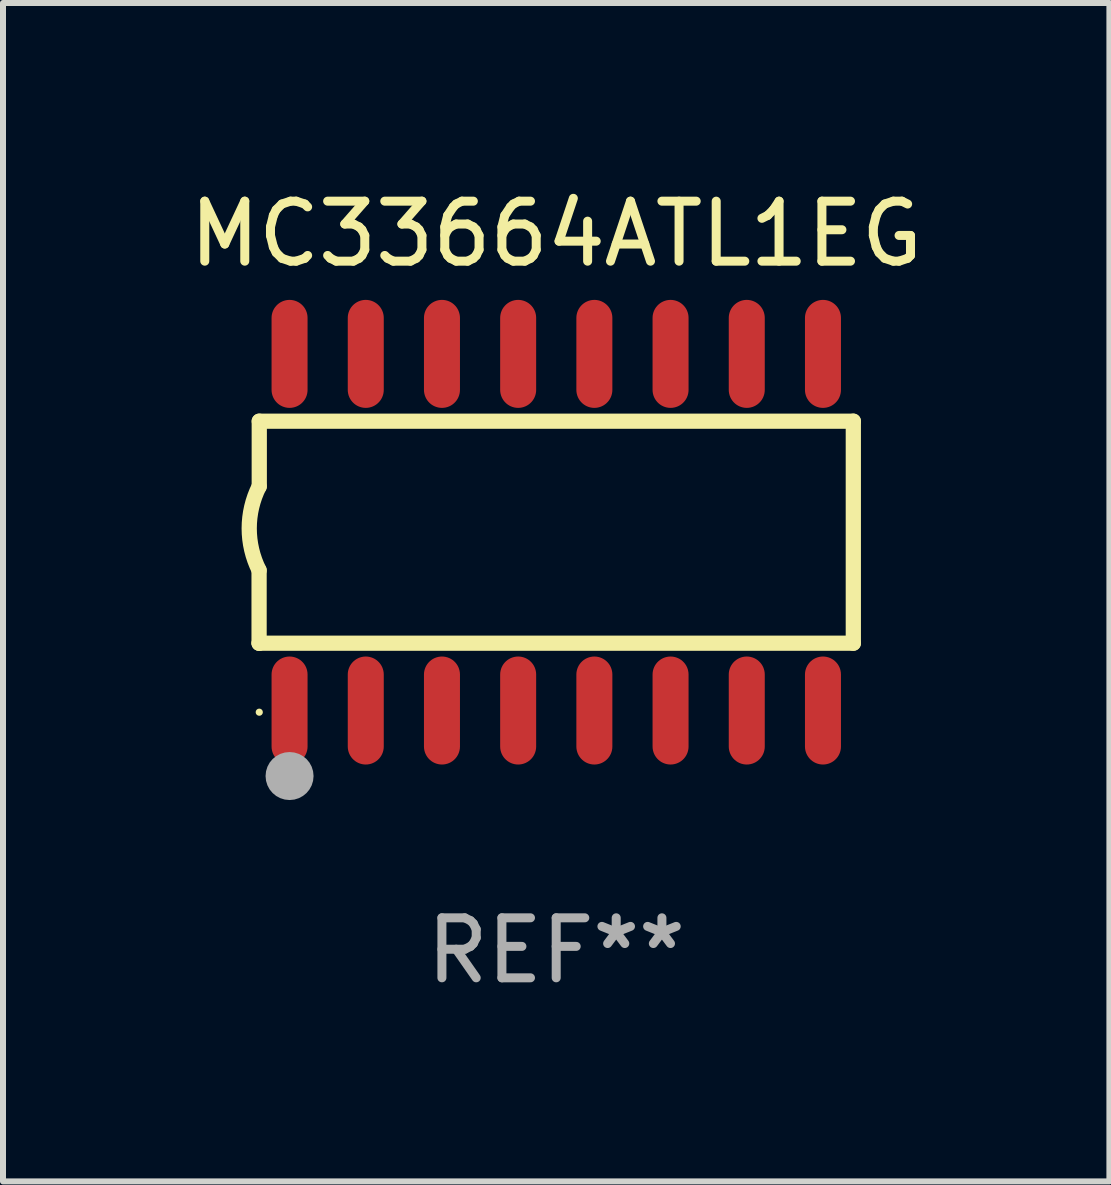
<source format=kicad_pcb>
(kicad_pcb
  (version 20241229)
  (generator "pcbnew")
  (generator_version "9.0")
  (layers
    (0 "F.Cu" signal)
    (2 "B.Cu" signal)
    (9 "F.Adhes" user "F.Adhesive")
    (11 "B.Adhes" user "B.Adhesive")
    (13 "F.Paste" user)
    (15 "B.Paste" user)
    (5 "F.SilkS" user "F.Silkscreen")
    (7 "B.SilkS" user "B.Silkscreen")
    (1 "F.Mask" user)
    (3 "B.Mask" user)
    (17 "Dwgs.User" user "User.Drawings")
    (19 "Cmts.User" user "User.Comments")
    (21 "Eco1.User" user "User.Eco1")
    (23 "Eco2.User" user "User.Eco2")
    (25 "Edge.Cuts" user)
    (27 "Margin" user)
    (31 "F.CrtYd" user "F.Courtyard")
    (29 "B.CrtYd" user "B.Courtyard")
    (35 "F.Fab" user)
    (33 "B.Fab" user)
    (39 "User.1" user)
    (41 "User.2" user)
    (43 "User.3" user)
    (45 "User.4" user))
  (footprint "MC33664ATL1EG"
    (layer "F.Cu")
    (at 6.22 5.82)
    (property "Reference" "MC33664ATL1EG" (at 0 -4.972 0) (layer "F.SilkS") (effects (font (size 1 1) (thickness 0.15))))
    (attr through_hole)
    (fp_line (start -4.952 0.635) (end -4.952 1.85) (stroke (width 0.254) (type solid)) (layer "F.SilkS"))
    (fp_line (start -4.952 1.85) (end -4.949 1.85) (stroke (width 0.254) (type solid)) (layer "F.SilkS"))
    (fp_line (start -4.949 -1.85) (end -4.949 -0.762) (stroke (width 0.254) (type solid)) (layer "F.SilkS"))
    (fp_line (start -4.949 1.85) (end 4.952 1.85) (stroke (width 0.254) (type solid)) (layer "F.SilkS"))
    (fp_line (start 4.952 -1.85) (end -4.949 -1.85) (stroke (width 0.254) (type solid)) (layer "F.SilkS"))
    (fp_line (start 4.952 1.85) (end 4.952 -1.85) (stroke (width 0.254) (type solid)) (layer "F.SilkS"))
    (fp_arc (start -4.951524 0.635001) (mid -5.116418 -0.0635) (end -4.951524 -0.762002) (stroke (width 0.254001) (type solid)) (layer "F.SilkS"))
    (fp_circle (center -4.949 3) (end -4.919 3) (stroke (width 0.06) (type solid)) (fill no) (layer "F.SilkS"))
    (fp_circle (center -4.444 4.064) (end -4.244 4.064) (stroke (width 0.4) (type solid)) (fill no) (layer "F.Fab"))
    (fp_text user "REF**" (at 0 6.972 0) (layer "F.Fab") (effects (font (size 1 1) (thickness 0.15))))
    (pad "1" smd oval (at -4.444 2.972 180) (size 0.6 1.8) (layers "F.Cu" "F.Mask" "F.Paste"))
    (pad "2" smd oval (at -3.174 2.972 180) (size 0.6 1.8) (layers "F.Cu" "F.Mask" "F.Paste"))
    (pad "3" smd oval (at -1.904 2.972 180) (size 0.6 1.8) (layers "F.Cu" "F.Mask" "F.Paste"))
    (pad "4" smd oval (at -0.634 2.972 180) (size 0.6 1.8) (layers "F.Cu" "F.Mask" "F.Paste"))
    (pad "5" smd oval (at 0.636 2.972 180) (size 0.6 1.8) (layers "F.Cu" "F.Mask" "F.Paste"))
    (pad "6" smd oval (at 1.906 2.972 180) (size 0.6 1.8) (layers "F.Cu" "F.Mask" "F.Paste"))
    (pad "7" smd oval (at 3.176 2.972 180) (size 0.6 1.8) (layers "F.Cu" "F.Mask" "F.Paste"))
    (pad "8" smd oval (at 4.446 2.972 180) (size 0.6 1.8) (layers "F.Cu" "F.Mask" "F.Paste"))
    (pad "9" smd oval (at 4.446 -2.972 180) (size 0.6 1.8) (layers "F.Cu" "F.Mask" "F.Paste"))
    (pad "10" smd oval (at 3.176 -2.972 180) (size 0.6 1.8) (layers "F.Cu" "F.Mask" "F.Paste"))
    (pad "11" smd oval (at 1.906 -2.972 180) (size 0.6 1.8) (layers "F.Cu" "F.Mask" "F.Paste"))
    (pad "12" smd oval (at 0.636 -2.972 180) (size 0.6 1.8) (layers "F.Cu" "F.Mask" "F.Paste"))
    (pad "13" smd oval (at -0.634 -2.972 180) (size 0.6 1.8) (layers "F.Cu" "F.Mask" "F.Paste"))
    (pad "14" smd oval (at -1.904 -2.972 180) (size 0.6 1.8) (layers "F.Cu" "F.Mask" "F.Paste"))
    (pad "15" smd oval (at -3.174 -2.972 180) (size 0.6 1.8) (layers "F.Cu" "F.Mask" "F.Paste"))
    (pad "16" smd oval (at -4.444 -2.972 180) (size 0.6 1.8) (layers "F.Cu" "F.Mask" "F.Paste")))
  (gr_rect
    (start -3 -3)
    (end 15.44 16.64)
    (stroke (width 0.1) (type default))
    (fill no)
    (layer "Edge.Cuts")))
</source>
